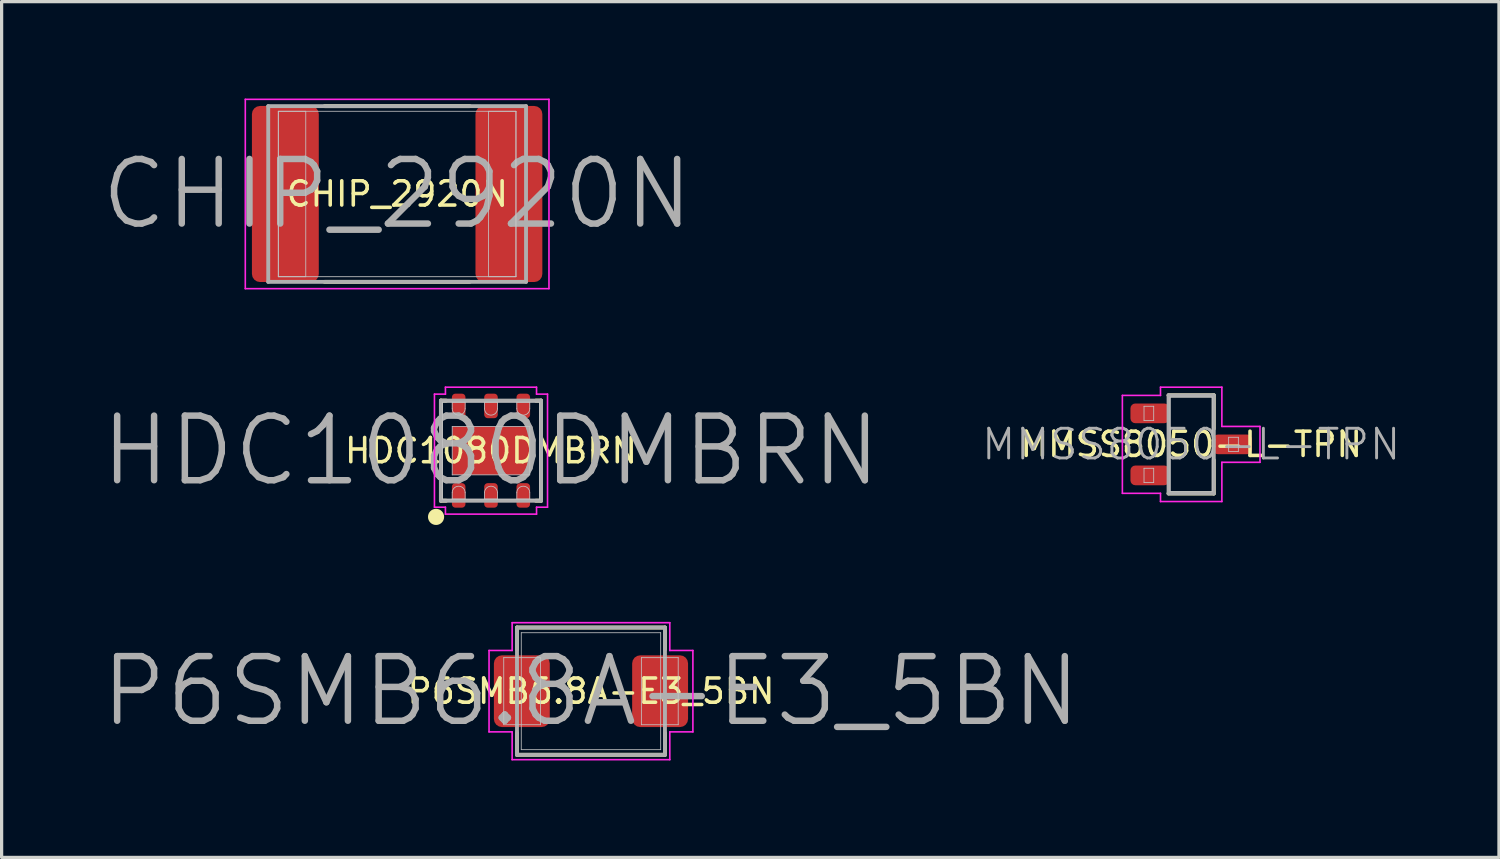
<source format=kicad_pcb>
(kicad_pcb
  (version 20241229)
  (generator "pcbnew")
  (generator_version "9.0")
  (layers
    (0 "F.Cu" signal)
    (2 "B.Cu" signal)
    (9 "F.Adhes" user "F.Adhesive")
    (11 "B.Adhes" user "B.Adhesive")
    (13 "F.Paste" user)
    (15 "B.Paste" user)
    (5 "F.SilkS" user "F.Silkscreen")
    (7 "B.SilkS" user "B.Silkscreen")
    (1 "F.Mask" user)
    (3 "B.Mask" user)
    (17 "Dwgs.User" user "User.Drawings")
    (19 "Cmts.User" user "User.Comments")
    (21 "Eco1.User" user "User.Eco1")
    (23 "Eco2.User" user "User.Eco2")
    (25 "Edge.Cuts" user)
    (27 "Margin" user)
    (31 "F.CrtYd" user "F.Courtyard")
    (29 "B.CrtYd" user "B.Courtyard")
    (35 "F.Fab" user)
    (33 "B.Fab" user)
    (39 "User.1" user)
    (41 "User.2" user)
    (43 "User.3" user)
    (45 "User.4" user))
  (footprint "MMSS8050-L-TPN"
    (layer "F.Cu")
    (at 33.822 10.705)
    (property "Reference" "MMSS8050-L-TPN" (at 0 0 0) (layer "F.SilkS") (effects (font (size 0.75 0.75) (thickness 0.11))))
    (attr smd)
    (fp_line (start -0.7 -1.52) (end 0.7 -1.52) (stroke (width 0.12) (type solid)) (layer "F.SilkS"))
    (fp_line (start -0.7 1.52) (end 0.7 1.52) (stroke (width 0.12) (type solid)) (layer "F.SilkS"))
    (fp_line (start 0.7 -1.52) (end 0.7 -0.485) (stroke (width 0.12) (type solid)) (layer "F.SilkS"))
    (fp_line (start 0.7 1.52) (end 0.7 0.485) (stroke (width 0.12) (type solid)) (layer "F.SilkS"))
    (fp_line (start -1.46 -1.18) (end -1.16 -1.18) (stroke (width 0.025) (type solid)) (layer "Dwgs.User"))
    (fp_line (start -1.46 -0.74) (end -1.46 -1.18) (stroke (width 0.025) (type solid)) (layer "Dwgs.User"))
    (fp_line (start -1.46 0.74) (end -1.16 0.74) (stroke (width 0.025) (type solid)) (layer "Dwgs.User"))
    (fp_line (start -1.46 1.18) (end -1.46 0.74) (stroke (width 0.025) (type solid)) (layer "Dwgs.User"))
    (fp_line (start -1.16 -1.18) (end -1.16 -0.74) (stroke (width 0.025) (type solid)) (layer "Dwgs.User"))
    (fp_line (start -1.16 -0.74) (end -1.46 -0.74) (stroke (width 0.025) (type solid)) (layer "Dwgs.User"))
    (fp_line (start -1.16 0.74) (end -1.16 1.18) (stroke (width 0.025) (type solid)) (layer "Dwgs.User"))
    (fp_line (start -1.16 1.18) (end -1.46 1.18) (stroke (width 0.025) (type solid)) (layer "Dwgs.User"))
    (fp_line (start -0.65 -1.46) (end 0.65 -1.46) (stroke (width 0.025) (type solid)) (layer "Dwgs.User"))
    (fp_line (start -0.65 1.46) (end -0.65 -1.46) (stroke (width 0.025) (type solid)) (layer "Dwgs.User"))
    (fp_line (start 0.65 -1.46) (end 0.65 1.46) (stroke (width 0.025) (type solid)) (layer "Dwgs.User"))
    (fp_line (start 0.65 1.46) (end -0.65 1.46) (stroke (width 0.025) (type solid)) (layer "Dwgs.User"))
    (fp_line (start 1.16 -0.22) (end 1.46 -0.22) (stroke (width 0.025) (type solid)) (layer "Dwgs.User"))
    (fp_line (start 1.16 0.22) (end 1.16 -0.22) (stroke (width 0.025) (type solid)) (layer "Dwgs.User"))
    (fp_line (start 1.46 -0.22) (end 1.46 0.22) (stroke (width 0.025) (type solid)) (layer "Dwgs.User"))
    (fp_line (start 1.46 0.22) (end 1.16 0.22) (stroke (width 0.025) (type solid)) (layer "Dwgs.User"))
    (fp_line (start -2.13 -1.515) (end -2.13 1.515) (stroke (width 0.05) (type solid)) (layer "F.CrtYd"))
    (fp_line (start -2.13 1.515) (end -0.95 1.515) (stroke (width 0.05) (type solid)) (layer "F.CrtYd"))
    (fp_line (start -0.95 -1.77) (end -0.95 -1.515) (stroke (width 0.05) (type solid)) (layer "F.CrtYd"))
    (fp_line (start -0.95 -1.515) (end -2.13 -1.515) (stroke (width 0.05) (type solid)) (layer "F.CrtYd"))
    (fp_line (start -0.95 1.515) (end -0.95 1.77) (stroke (width 0.05) (type solid)) (layer "F.CrtYd"))
    (fp_line (start -0.95 1.77) (end 0.95 1.77) (stroke (width 0.05) (type solid)) (layer "F.CrtYd"))
    (fp_line (start 0.95 -1.77) (end -0.95 -1.77) (stroke (width 0.05) (type solid)) (layer "F.CrtYd"))
    (fp_line (start 0.95 -0.555) (end 0.95 -1.77) (stroke (width 0.05) (type solid)) (layer "F.CrtYd"))
    (fp_line (start 0.95 0.555) (end 2.13 0.555) (stroke (width 0.05) (type solid)) (layer "F.CrtYd"))
    (fp_line (start 0.95 1.77) (end 0.95 0.555) (stroke (width 0.05) (type solid)) (layer "F.CrtYd"))
    (fp_line (start 2.13 -0.555) (end 0.95 -0.555) (stroke (width 0.05) (type solid)) (layer "F.CrtYd"))
    (fp_line (start 2.13 0.555) (end 2.13 -0.555) (stroke (width 0.05) (type solid)) (layer "F.CrtYd"))
    (fp_line (start -0.7 -1.52) (end 0.7 -1.52) (stroke (width 0.12) (type solid)) (layer "F.Fab"))
    (fp_line (start -0.7 1.52) (end -0.7 -1.52) (stroke (width 0.12) (type solid)) (layer "F.Fab"))
    (fp_line (start 0.7 -1.52) (end 0.7 1.52) (stroke (width 0.12) (type solid)) (layer "F.Fab"))
    (fp_line (start 0.7 1.52) (end -0.7 1.52) (stroke (width 0.12) (type solid)) (layer "F.Fab"))
    (fp_text user "${REFERENCE}" (at 0 0 0) (layer "F.Fab") (effects (font (size 0.92 0.92) (thickness 0.09))))
    (pad "1" smd roundrect (at -1.28 -0.96) (size 1.2 0.61) (layers "F.Cu" "F.Mask" "F.Paste") (roundrect_rratio 0.246))
    (pad "2" smd roundrect (at -1.28 0.96) (size 1.2 0.61) (layers "F.Cu" "F.Mask" "F.Paste") (roundrect_rratio 0.246))
    (pad "3" smd roundrect (at 1.28 0) (size 1.2 0.61) (layers "F.Cu" "F.Mask" "F.Paste") (roundrect_rratio 0.246)))
  (footprint "CHIP_2920N"
    (layer "F.Cu")
    (at 9.243 2.955)
    (property "Reference" "CHIP_2920N" (at 0 0 0) (layer "F.SilkS") (effects (font (size 0.75 0.75) (thickness 0.11))))
    (attr smd)
    (fp_line (start -2.245 -2.72) (end 2.245 -2.72) (stroke (width 0.12) (type solid)) (layer "F.SilkS"))
    (fp_line (start -2.245 2.72) (end 2.245 2.72) (stroke (width 0.12) (type solid)) (layer "F.SilkS"))
    (fp_line (start -3.678 -2.56) (end -2.828 -2.56) (stroke (width 0.025) (type solid)) (layer "Dwgs.User"))
    (fp_line (start -3.678 -2.56) (end 3.678 -2.56) (stroke (width 0.025) (type solid)) (layer "Dwgs.User"))
    (fp_line (start -3.678 2.56) (end -3.678 -2.56) (stroke (width 0.025) (type solid)) (layer "Dwgs.User"))
    (fp_line (start -3.678 2.56) (end -3.678 -2.56) (stroke (width 0.025) (type solid)) (layer "Dwgs.User"))
    (fp_line (start -2.828 -2.56) (end -2.828 2.56) (stroke (width 0.025) (type solid)) (layer "Dwgs.User"))
    (fp_line (start -2.828 2.56) (end -3.678 2.56) (stroke (width 0.025) (type solid)) (layer "Dwgs.User"))
    (fp_line (start 2.828 -2.56) (end 3.678 -2.56) (stroke (width 0.025) (type solid)) (layer "Dwgs.User"))
    (fp_line (start 2.828 2.56) (end 2.828 -2.56) (stroke (width 0.025) (type solid)) (layer "Dwgs.User"))
    (fp_line (start 3.678 -2.56) (end 3.678 2.56) (stroke (width 0.025) (type solid)) (layer "Dwgs.User"))
    (fp_line (start 3.678 -2.56) (end 3.678 2.56) (stroke (width 0.025) (type solid)) (layer "Dwgs.User"))
    (fp_line (start 3.678 2.56) (end -3.678 2.56) (stroke (width 0.025) (type solid)) (layer "Dwgs.User"))
    (fp_line (start 3.678 2.56) (end 2.828 2.56) (stroke (width 0.025) (type solid)) (layer "Dwgs.User"))
    (fp_line (start -4.7 -2.93) (end 4.7 -2.93) (stroke (width 0.05) (type solid)) (layer "F.CrtYd"))
    (fp_line (start -4.7 2.93) (end -4.7 -2.93) (stroke (width 0.05) (type solid)) (layer "F.CrtYd"))
    (fp_line (start 4.7 -2.93) (end 4.7 2.93) (stroke (width 0.05) (type solid)) (layer "F.CrtYd"))
    (fp_line (start 4.7 2.93) (end -4.7 2.93) (stroke (width 0.05) (type solid)) (layer "F.CrtYd"))
    (fp_line (start -3.99 -2.72) (end 3.99 -2.72) (stroke (width 0.12) (type solid)) (layer "F.Fab"))
    (fp_line (start -3.99 2.72) (end -3.99 -2.72) (stroke (width 0.12) (type solid)) (layer "F.Fab"))
    (fp_line (start 3.99 -2.72) (end 3.99 2.72) (stroke (width 0.12) (type solid)) (layer "F.Fab"))
    (fp_line (start 3.99 2.72) (end -3.99 2.72) (stroke (width 0.12) (type solid)) (layer "F.Fab"))
    (fp_text user "${REFERENCE}" (at 0 0 0) (layer "F.Fab") (effects (font (size 2 2) (thickness 0.2))))
    (pad "1" smd roundrect (at -3.46 0) (size 2.07 5.45) (layers "F.Cu" "F.Mask" "F.Paste") (roundrect_rratio 0.121))
    (pad "2" smd roundrect (at 3.46 0) (size 2.07 5.45) (layers "F.Cu" "F.Mask" "F.Paste") (roundrect_rratio 0.121)))
  (footprint "P6SMB6.8A-E3_5BN"
    (layer "F.Cu")
    (at 15.243 18.345)
    (property "Reference" "P6SMB6.8A-E3_5BN" (at 0 0 0) (layer "F.SilkS") (effects (font (size 0.75 0.75) (thickness 0.11))))
    (attr smd)
    (fp_line (start -2.29 -1.97) (end 2.29 -1.97) (stroke (width 0.12) (type solid)) (layer "F.SilkS"))
    (fp_line (start -2.29 -1.29) (end -2.29 -1.97) (stroke (width 0.12) (type solid)) (layer "F.SilkS"))
    (fp_line (start -2.29 1.97) (end -2.29 1.29) (stroke (width 0.12) (type solid)) (layer "F.SilkS"))
    (fp_line (start 2.29 -1.97) (end 2.29 -1.29) (stroke (width 0.12) (type solid)) (layer "F.SilkS"))
    (fp_line (start 2.29 1.29) (end 2.29 1.97) (stroke (width 0.12) (type solid)) (layer "F.SilkS"))
    (fp_line (start 2.29 1.97) (end -2.29 1.97) (stroke (width 0.12) (type solid)) (layer "F.SilkS"))
    (fp_line (start -2.7 -1.038) (end -1.56 -1.038) (stroke (width 0.025) (type solid)) (layer "Dwgs.User"))
    (fp_line (start -2.7 1.038) (end -2.7 -1.038) (stroke (width 0.025) (type solid)) (layer "Dwgs.User"))
    (fp_line (start -2.158 -1.81) (end 2.158 -1.81) (stroke (width 0.025) (type solid)) (layer "Dwgs.User"))
    (fp_line (start -2.158 1.81) (end -2.158 -1.81) (stroke (width 0.025) (type solid)) (layer "Dwgs.User"))
    (fp_line (start -1.56 -1.038) (end -1.56 1.038) (stroke (width 0.025) (type solid)) (layer "Dwgs.User"))
    (fp_line (start -1.56 1.038) (end -2.7 1.038) (stroke (width 0.025) (type solid)) (layer "Dwgs.User"))
    (fp_line (start 1.56 -1.038) (end 2.7 -1.038) (stroke (width 0.025) (type solid)) (layer "Dwgs.User"))
    (fp_line (start 1.56 1.038) (end 1.56 -1.038) (stroke (width 0.025) (type solid)) (layer "Dwgs.User"))
    (fp_line (start 2.158 -1.81) (end 2.158 1.81) (stroke (width 0.025) (type solid)) (layer "Dwgs.User"))
    (fp_line (start 2.158 1.81) (end -2.158 1.81) (stroke (width 0.025) (type solid)) (layer "Dwgs.User"))
    (fp_line (start 2.7 -1.038) (end 2.7 1.038) (stroke (width 0.025) (type solid)) (layer "Dwgs.User"))
    (fp_line (start 2.7 1.038) (end 1.56 1.038) (stroke (width 0.025) (type solid)) (layer "Dwgs.User"))
    (fp_line (start -3.155 -1.26) (end -3.155 1.26) (stroke (width 0.05) (type solid)) (layer "F.CrtYd"))
    (fp_line (start -3.155 1.26) (end -2.44 1.26) (stroke (width 0.05) (type solid)) (layer "F.CrtYd"))
    (fp_line (start -2.44 -2.12) (end -2.44 -1.26) (stroke (width 0.05) (type solid)) (layer "F.CrtYd"))
    (fp_line (start -2.44 -1.26) (end -3.155 -1.26) (stroke (width 0.05) (type solid)) (layer "F.CrtYd"))
    (fp_line (start -2.44 1.26) (end -2.44 2.12) (stroke (width 0.05) (type solid)) (layer "F.CrtYd"))
    (fp_line (start -2.44 2.12) (end 2.44 2.12) (stroke (width 0.05) (type solid)) (layer "F.CrtYd"))
    (fp_line (start 2.44 -2.12) (end -2.44 -2.12) (stroke (width 0.05) (type solid)) (layer "F.CrtYd"))
    (fp_line (start 2.44 -1.26) (end 2.44 -2.12) (stroke (width 0.05) (type solid)) (layer "F.CrtYd"))
    (fp_line (start 2.44 1.26) (end 3.155 1.26) (stroke (width 0.05) (type solid)) (layer "F.CrtYd"))
    (fp_line (start 2.44 2.12) (end 2.44 1.26) (stroke (width 0.05) (type solid)) (layer "F.CrtYd"))
    (fp_line (start 3.155 -1.26) (end 2.44 -1.26) (stroke (width 0.05) (type solid)) (layer "F.CrtYd"))
    (fp_line (start 3.155 1.26) (end 3.155 -1.26) (stroke (width 0.05) (type solid)) (layer "F.CrtYd"))
    (fp_line (start -2.29 -1.97) (end 2.29 -1.97) (stroke (width 0.12) (type solid)) (layer "F.Fab"))
    (fp_line (start -2.29 1.97) (end -2.29 -1.97) (stroke (width 0.12) (type solid)) (layer "F.Fab"))
    (fp_line (start 2.29 -1.97) (end 2.29 1.97) (stroke (width 0.12) (type solid)) (layer "F.Fab"))
    (fp_line (start 2.29 1.97) (end -2.29 1.97) (stroke (width 0.12) (type solid)) (layer "F.Fab"))
    (fp_text user "${REFERENCE}" (at 0 0 0) (layer "F.Fab") (effects (font (size 2 2) (thickness 0.2))))
    (pad "A" smd roundrect (at 2.14 0) (size 1.73 2.22) (layers "F.Cu" "F.Mask" "F.Paste") (roundrect_rratio 0.144))
    (pad "C" smd roundrect (at -2.14 0) (size 1.73 2.22) (layers "F.Cu" "F.Mask" "F.Paste") (roundrect_rratio 0.144)))
  (footprint "HDC1080DMBRN"
    (layer "F.Cu")
    (at 12.148 10.9)
    (property "Reference" "HDC1080DMBRN" (at 0 0 0) (layer "F.SilkS") (effects (font (size 0.75 0.75) (thickness 0.11))))
    (attr smd)
    (fp_line (start -1.09 -0.64) (end -0.11 -0.64) (stroke (width 0.1) (type solid)) (layer "F.Mask"))
    (fp_line (start -1.09 -0.11) (end -1.09 -0.64) (stroke (width 0.1) (type solid)) (layer "F.Mask"))
    (fp_line (start -1.09 0.11) (end -0.11 0.11) (stroke (width 0.1) (type solid)) (layer "F.Mask"))
    (fp_line (start -1.09 0.64) (end -1.09 0.11) (stroke (width 0.1) (type solid)) (layer "F.Mask"))
    (fp_line (start -0.11 -0.64) (end -0.11 -0.11) (stroke (width 0.1) (type solid)) (layer "F.Mask"))
    (fp_line (start -0.11 -0.11) (end -1.09 -0.11) (stroke (width 0.1) (type solid)) (layer "F.Mask"))
    (fp_line (start -0.11 0.11) (end -0.11 0.64) (stroke (width 0.1) (type solid)) (layer "F.Mask"))
    (fp_line (start -0.11 0.64) (end -1.09 0.64) (stroke (width 0.1) (type solid)) (layer "F.Mask"))
    (fp_line (start 0.11 -0.64) (end 1.09 -0.64) (stroke (width 0.1) (type solid)) (layer "F.Mask"))
    (fp_line (start 0.11 -0.11) (end 0.11 -0.64) (stroke (width 0.1) (type solid)) (layer "F.Mask"))
    (fp_line (start 0.11 0.11) (end 1.09 0.11) (stroke (width 0.1) (type solid)) (layer "F.Mask"))
    (fp_line (start 0.11 0.64) (end 0.11 0.11) (stroke (width 0.1) (type solid)) (layer "F.Mask"))
    (fp_line (start 1.09 -0.64) (end 1.09 -0.11) (stroke (width 0.1) (type solid)) (layer "F.Mask"))
    (fp_line (start 1.09 -0.11) (end 0.11 -0.11) (stroke (width 0.1) (type solid)) (layer "F.Mask"))
    (fp_line (start 1.09 0.11) (end 1.09 0.64) (stroke (width 0.1) (type solid)) (layer "F.Mask"))
    (fp_line (start 1.09 0.64) (end 0.11 0.64) (stroke (width 0.1) (type solid)) (layer "F.Mask"))
    (fp_line (start -1.55 -1.55) (end -1.39 -1.55) (stroke (width 0.12) (type solid)) (layer "F.SilkS"))
    (fp_line (start -1.55 1.55) (end -1.55 -1.55) (stroke (width 0.12) (type solid)) (layer "F.SilkS"))
    (fp_line (start -1.39 1.55) (end -1.55 1.55) (stroke (width 0.12) (type solid)) (layer "F.SilkS"))
    (fp_line (start 1.39 1.55) (end 1.55 1.55) (stroke (width 0.12) (type solid)) (layer "F.SilkS"))
    (fp_line (start 1.55 -1.55) (end 1.39 -1.55) (stroke (width 0.12) (type solid)) (layer "F.SilkS"))
    (fp_line (start 1.55 1.55) (end 1.55 -1.55) (stroke (width 0.12) (type solid)) (layer "F.SilkS"))
    (fp_circle (center -1.7 2.05) (end -1.7 2.175) (stroke (width 0.25) (type solid)) (fill no) (layer "F.SilkS"))
    (fp_line (start -1.5 -1.5) (end 1.5 -1.5) (stroke (width 0.025) (type solid)) (layer "Dwgs.User"))
    (fp_line (start -1.5 1.5) (end -1.5 -1.5) (stroke (width 0.025) (type solid)) (layer "Dwgs.User"))
    (fp_line (start -1.2 -1.5) (end -1.2 -1.3) (stroke (width 0.025) (type solid)) (layer "Dwgs.User"))
    (fp_line (start -1.2 -0.75) (end 1.2 -0.75) (stroke (width 0.025) (type solid)) (layer "Dwgs.User"))
    (fp_line (start -1.2 0.75) (end -1.2 -0.75) (stroke (width 0.025) (type solid)) (layer "Dwgs.User"))
    (fp_line (start -1.2 1.3) (end -1.2 1.5) (stroke (width 0.025) (type solid)) (layer "Dwgs.User"))
    (fp_line (start -1.2 1.5) (end -0.8 1.5) (stroke (width 0.025) (type solid)) (layer "Dwgs.User"))
    (fp_line (start -0.8 -1.5) (end -1.2 -1.5) (stroke (width 0.025) (type solid)) (layer "Dwgs.User"))
    (fp_line (start -0.8 -1.3) (end -0.8 -1.5) (stroke (width 0.025) (type solid)) (layer "Dwgs.User"))
    (fp_line (start -0.8 1.5) (end -0.8 1.3) (stroke (width 0.025) (type solid)) (layer "Dwgs.User"))
    (fp_line (start -0.2 -1.5) (end -0.2 -1.3) (stroke (width 0.025) (type solid)) (layer "Dwgs.User"))
    (fp_line (start -0.2 1.3) (end -0.2 1.5) (stroke (width 0.025) (type solid)) (layer "Dwgs.User"))
    (fp_line (start -0.2 1.5) (end 0.2 1.5) (stroke (width 0.025) (type solid)) (layer "Dwgs.User"))
    (fp_line (start 0.2 -1.5) (end -0.2 -1.5) (stroke (width 0.025) (type solid)) (layer "Dwgs.User"))
    (fp_line (start 0.2 -1.3) (end 0.2 -1.5) (stroke (width 0.025) (type solid)) (layer "Dwgs.User"))
    (fp_line (start 0.2 1.5) (end 0.2 1.3) (stroke (width 0.025) (type solid)) (layer "Dwgs.User"))
    (fp_line (start 0.8 -1.5) (end 0.8 -1.3) (stroke (width 0.025) (type solid)) (layer "Dwgs.User"))
    (fp_line (start 0.8 1.3) (end 0.8 1.5) (stroke (width 0.025) (type solid)) (layer "Dwgs.User"))
    (fp_line (start 0.8 1.5) (end 1.2 1.5) (stroke (width 0.025) (type solid)) (layer "Dwgs.User"))
    (fp_line (start 1.2 -1.5) (end 0.8 -1.5) (stroke (width 0.025) (type solid)) (layer "Dwgs.User"))
    (fp_line (start 1.2 -1.3) (end 1.2 -1.5) (stroke (width 0.025) (type solid)) (layer "Dwgs.User"))
    (fp_line (start 1.2 -0.75) (end 1.2 0.75) (stroke (width 0.025) (type solid)) (layer "Dwgs.User"))
    (fp_line (start 1.2 0.75) (end -1.2 0.75) (stroke (width 0.025) (type solid)) (layer "Dwgs.User"))
    (fp_line (start 1.2 1.5) (end 1.2 1.3) (stroke (width 0.025) (type solid)) (layer "Dwgs.User"))
    (fp_line (start 1.5 -1.5) (end 1.5 1.5) (stroke (width 0.025) (type solid)) (layer "Dwgs.User"))
    (fp_line (start 1.5 1.5) (end -1.5 1.5) (stroke (width 0.025) (type solid)) (layer "Dwgs.User"))
    (fp_arc (start -1.2 1.3) (mid -1 1.1) (end -0.8 1.3) (stroke (width 0.025) (type solid)) (layer "Dwgs.User"))
    (fp_arc (start -0.8 -1.3) (mid -1 -1.1) (end -1.2 -1.3) (stroke (width 0.025) (type solid)) (layer "Dwgs.User"))
    (fp_arc (start -0.2 1.3) (mid 0 1.1) (end 0.2 1.3) (stroke (width 0.025) (type solid)) (layer "Dwgs.User"))
    (fp_arc (start 0.2 -1.3) (mid 0 -1.1) (end -0.2 -1.3) (stroke (width 0.025) (type solid)) (layer "Dwgs.User"))
    (fp_arc (start 0.8 1.3) (mid 1 1.1) (end 1.2 1.3) (stroke (width 0.025) (type solid)) (layer "Dwgs.User"))
    (fp_arc (start 1.2 -1.3) (mid 1 -1.1) (end 0.8 -1.3) (stroke (width 0.025) (type solid)) (layer "Dwgs.User"))
    (fp_line (start -1.75 -1.75) (end -1.75 1.75) (stroke (width 0.05) (type solid)) (layer "F.CrtYd"))
    (fp_line (start -1.75 1.75) (end -1.41 1.75) (stroke (width 0.05) (type solid)) (layer "F.CrtYd"))
    (fp_line (start -1.41 -1.965) (end -1.41 -1.75) (stroke (width 0.05) (type solid)) (layer "F.CrtYd"))
    (fp_line (start -1.41 -1.75) (end -1.75 -1.75) (stroke (width 0.05) (type solid)) (layer "F.CrtYd"))
    (fp_line (start -1.41 1.75) (end -1.41 1.965) (stroke (width 0.05) (type solid)) (layer "F.CrtYd"))
    (fp_line (start -1.41 1.965) (end 1.41 1.965) (stroke (width 0.05) (type solid)) (layer "F.CrtYd"))
    (fp_line (start 1.41 -1.965) (end -1.41 -1.965) (stroke (width 0.05) (type solid)) (layer "F.CrtYd"))
    (fp_line (start 1.41 -1.75) (end 1.41 -1.965) (stroke (width 0.05) (type solid)) (layer "F.CrtYd"))
    (fp_line (start 1.41 1.75) (end 1.75 1.75) (stroke (width 0.05) (type solid)) (layer "F.CrtYd"))
    (fp_line (start 1.41 1.965) (end 1.41 1.75) (stroke (width 0.05) (type solid)) (layer "F.CrtYd"))
    (fp_line (start 1.75 -1.75) (end 1.41 -1.75) (stroke (width 0.05) (type solid)) (layer "F.CrtYd"))
    (fp_line (start 1.75 1.75) (end 1.75 -1.75) (stroke (width 0.05) (type solid)) (layer "F.CrtYd"))
    (fp_line (start -1.55 -1.55) (end 1.55 -1.55) (stroke (width 0.12) (type solid)) (layer "F.Fab"))
    (fp_line (start -1.55 1.55) (end -1.55 -1.55) (stroke (width 0.12) (type solid)) (layer "F.Fab"))
    (fp_line (start 1.55 -1.55) (end 1.55 1.55) (stroke (width 0.12) (type solid)) (layer "F.Fab"))
    (fp_line (start 1.55 1.55) (end -1.55 1.55) (stroke (width 0.12) (type solid)) (layer "F.Fab"))
    (fp_text user "${REFERENCE}" (at 0 0 0) (layer "F.Fab") (effects (font (size 2 2) (thickness 0.2))))
    (pad "" smd rect (at -0.6 -0.375 90) (size 0.53 0.98) (layers "F.Paste"))
    (pad "" smd rect (at -0.6 0.375 90) (size 0.53 0.98) (layers "F.Paste"))
    (pad "" smd rect (at 0.6 -0.375 90) (size 0.53 0.98) (layers "F.Paste"))
    (pad "" smd rect (at 0.6 0.375 90) (size 0.53 0.98) (layers "F.Paste"))
    (pad "1" smd roundrect (at -1 1.385 90) (size 0.76 0.42) (layers "F.Cu" "F.Mask" "F.Paste") (roundrect_rratio 0.262))
    (pad "2" smd roundrect (at 0 1.385 90) (size 0.76 0.42) (layers "F.Cu" "F.Mask" "F.Paste") (roundrect_rratio 0.262))
    (pad "3" smd roundrect (at 1 1.385 90) (size 0.76 0.42) (layers "F.Cu" "F.Mask" "F.Paste") (roundrect_rratio 0.262))
    (pad "4" smd roundrect (at 1 -1.385 90) (size 0.76 0.42) (layers "F.Cu" "F.Mask" "F.Paste") (roundrect_rratio 0.262))
    (pad "5" smd roundrect (at 0 -1.385 90) (size 0.76 0.42) (layers "F.Cu" "F.Mask" "F.Paste") (roundrect_rratio 0.262))
    (pad "6" smd roundrect (at -1 -1.385 90) (size 0.76 0.42) (layers "F.Cu" "F.Mask" "F.Paste") (roundrect_rratio 0.262))
    (pad "7" smd rect (at 0 0 90) (size 1.5 2.4) (layers "F.Cu")))
  (gr_rect
    (start -3 -3)
    (end 43.349 23.49)
    (stroke (width 0.1) (type default))
    (fill no)
    (layer "Edge.Cuts")))
</source>
